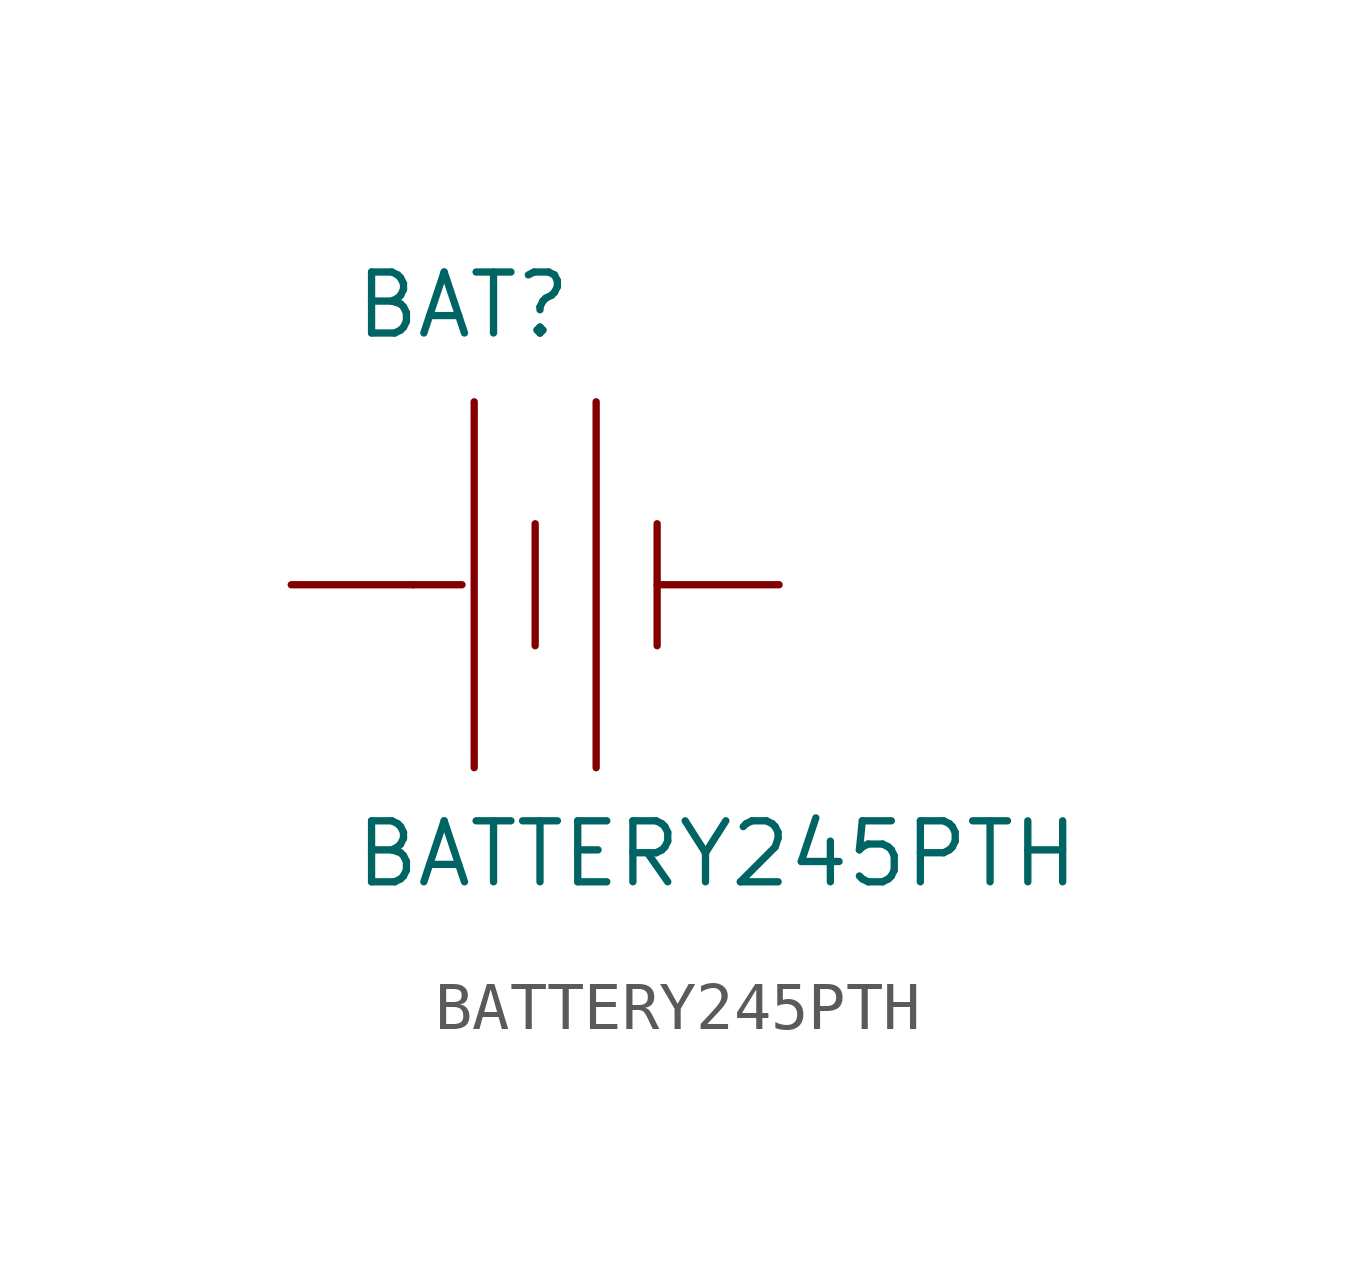
<source format=kicad_sym>
(kicad_symbol_lib
  (version 20211014)
  (generator kicad_symbol_editor)
  (symbol "BATTERY245PTH"
    (pin_numbers hide)
    (pin_names
      (offset 1.016) hide)
    (property "Reference" "BAT"
      (at -3.81 5.08 0)
      (effects (font (size 1.27 1.27)) (justify left bottom)))
    (property "Value" "BATTERY245PTH"
      (at -3.81 -6.35 0)
      (effects (font (size 1.27 1.27)) (justify left bottom)))
    (property "ki_locked" ""
      (at 0 0 0)
      (effects (font (size 1.27 1.27))))
    (symbol "BATTERY245PTH_1_0"
      (polyline (pts (xy -2.54 0) (xy -1.524 0)) (stroke (width 0) (type default) (color 0 0 0 0)) (fill (type none)))
      (polyline (pts (xy -1.27 3.81) (xy -1.27 -3.81)) (stroke (width 0) (type default) (color 0 0 0 0)) (fill (type none)))
      (polyline (pts (xy 0 1.27) (xy 0 -1.27)) (stroke (width 0) (type default) (color 0 0 0 0)) (fill (type none)))
      (polyline (pts (xy 1.27 3.81) (xy 1.27 -3.81)) (stroke (width 0) (type default) (color 0 0 0 0)) (fill (type none)))
      (polyline (pts (xy 2.54 1.27) (xy 2.54 -1.27)) (stroke (width 0) (type default) (color 0 0 0 0)) (fill (type none))))
    (symbol "BATTERY245PTH_1_1"
      (pin power_in line (at 5.08 0 180) (length 2.54) (name "-" (effects (font (size 1.016 1.016)))) (number "2" (effects (font (size 1.016 1.016)))))
      (pin power_in line (at -5.08 0 0) (length 2.54) (name "+" (effects (font (size 1.016 1.016)))) (number "3" (effects (font (size 1.016 1.016))))))))
</source>
